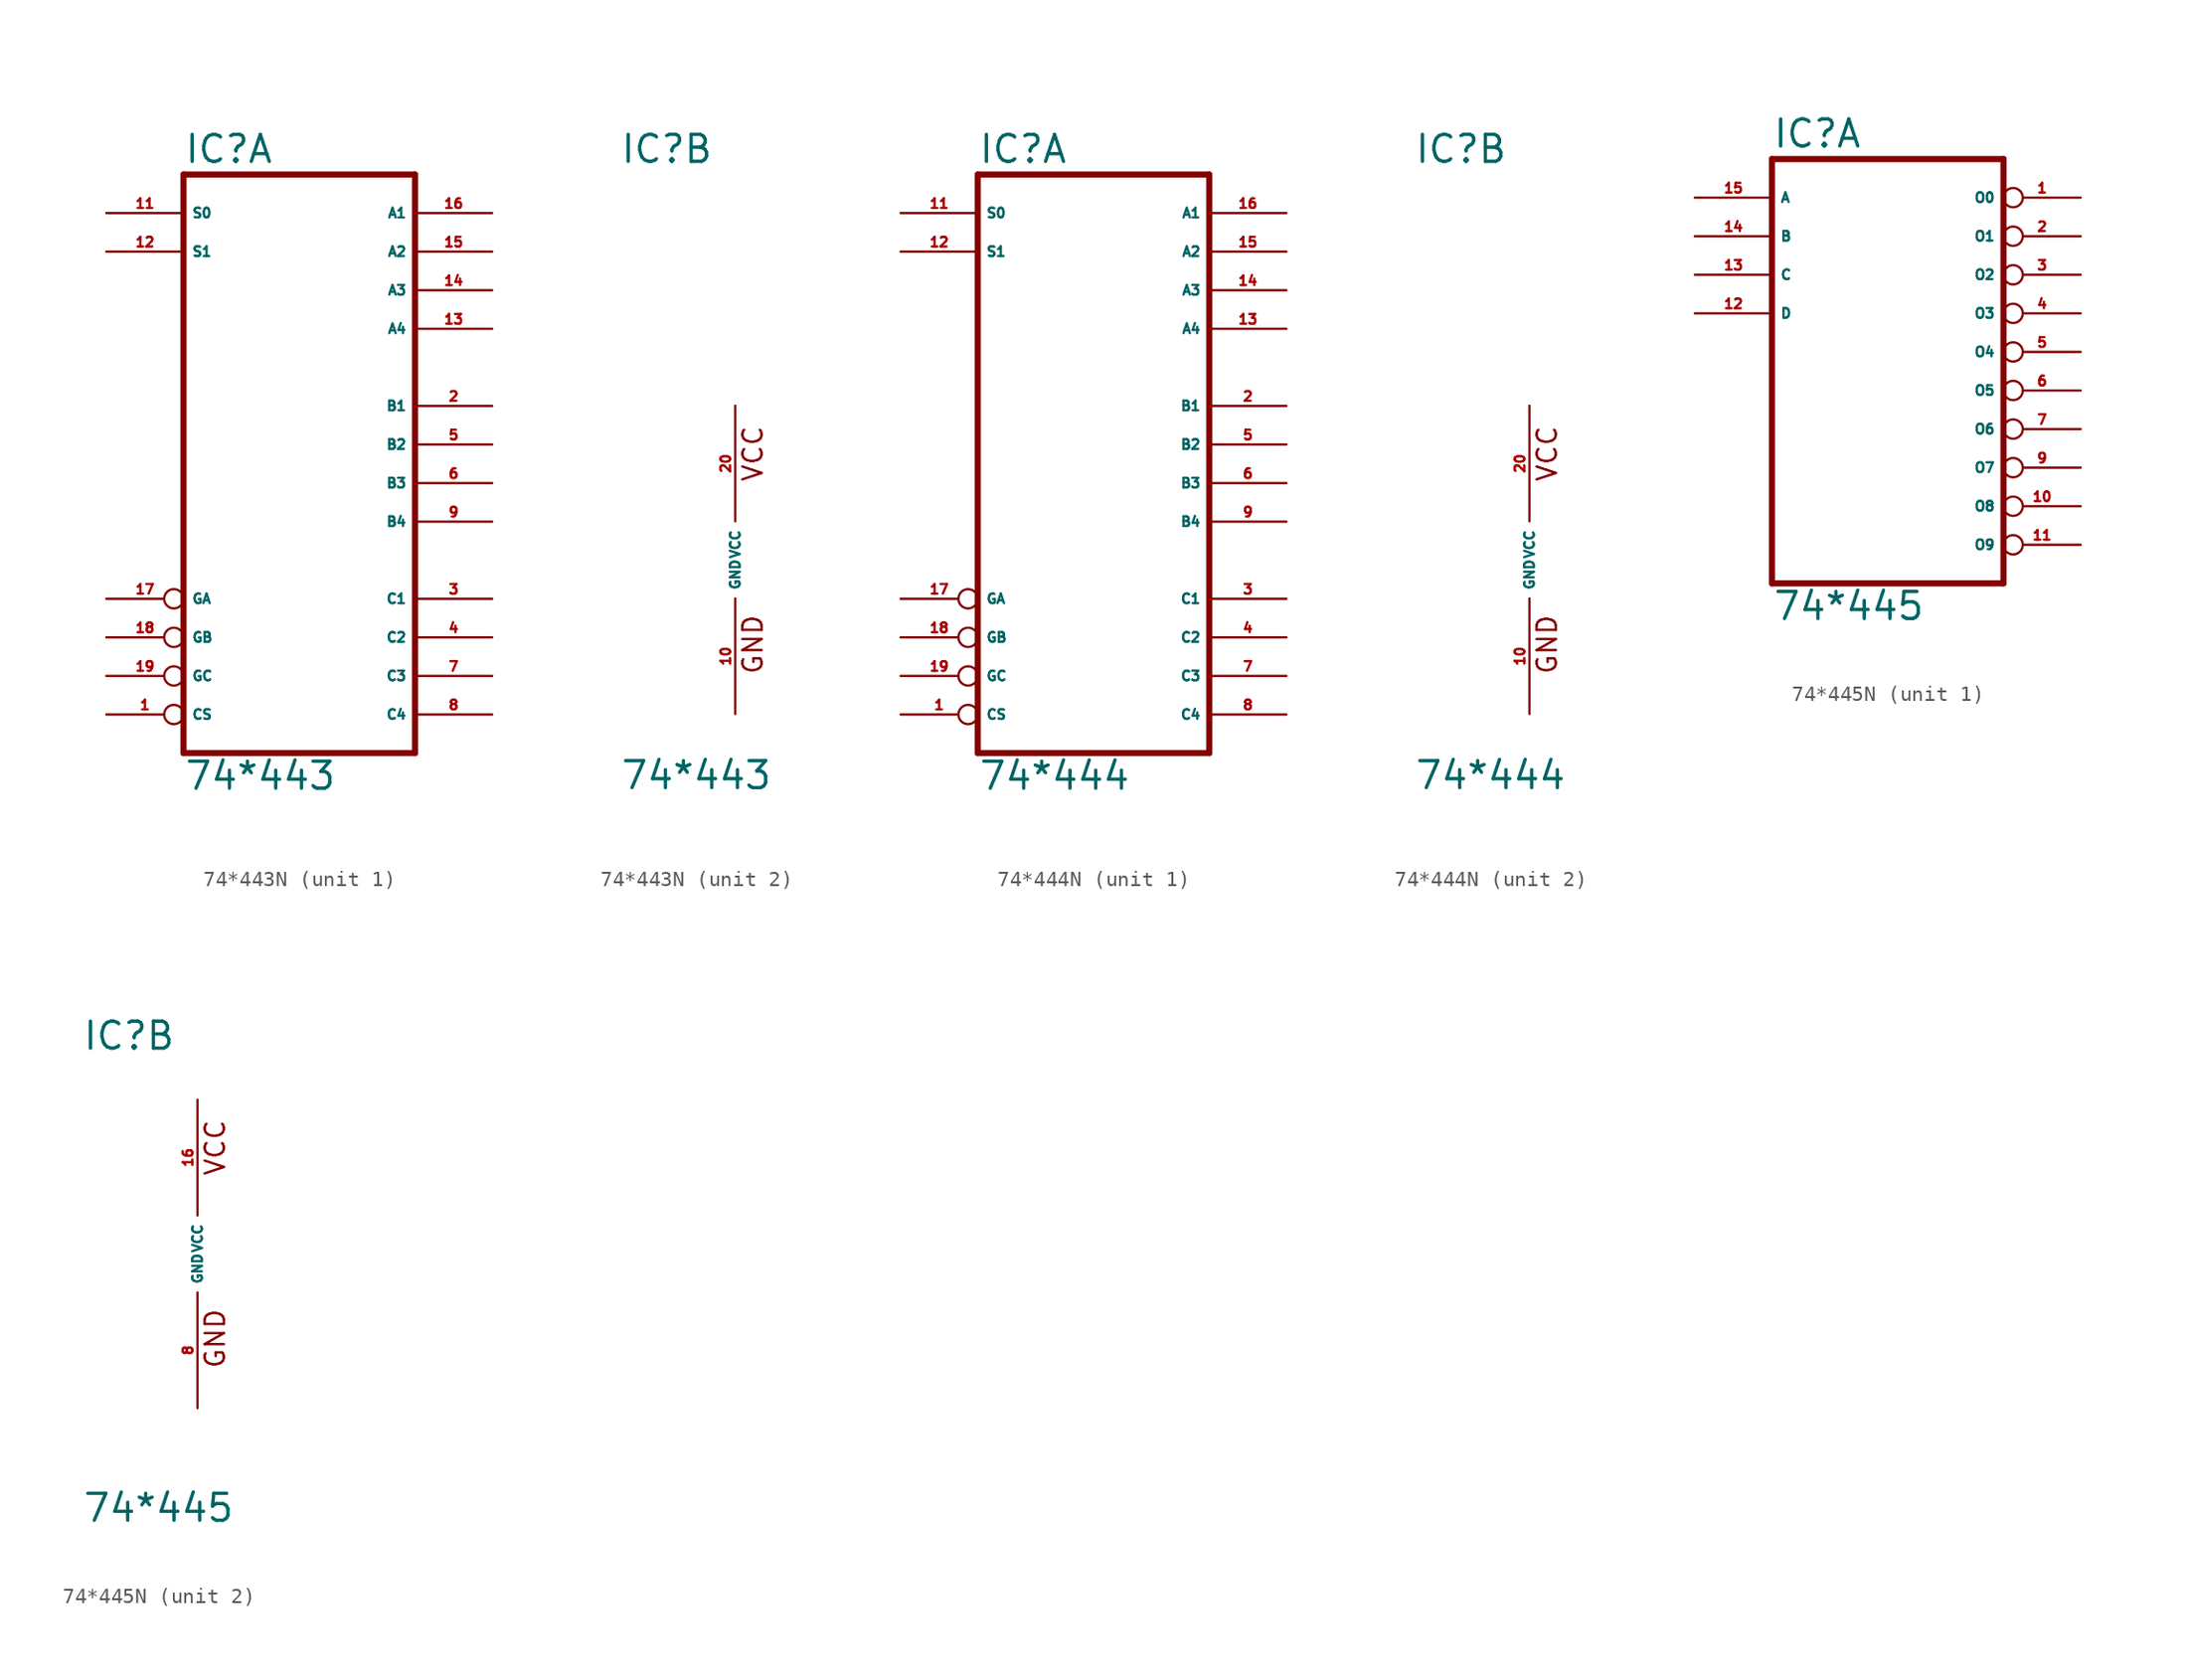
<source format=kicad_sym>
(kicad_symbol_lib
  (version 20220914)
  (generator Eagle2Kicad)
  (symbol "74*443N"
    (property "Reference" "IC"
      (at -7.62 26.035 0)
      (effects (font (size 1.778 1.778) (thickness 0.22)) (justify left bottom)))
    (property "Value" "74*443"
      (at -7.62 -15.24 0)
      (effects (font (size 1.778 1.778) (thickness 0.22)) (justify left bottom)))
    (symbol "74*443N_1_0"
      (polyline (pts (xy -7.62 -12.7) (xy 7.62 -12.7)) (stroke (width 0.406) (type default)) (fill (type none)))
      (polyline (pts (xy 7.62 -12.7) (xy 7.62 25.4)) (stroke (width 0.406) (type default)) (fill (type none)))
      (polyline (pts (xy 7.62 25.4) (xy -7.62 25.4)) (stroke (width 0.406) (type default)) (fill (type none)))
      (polyline (pts (xy -7.62 25.4) (xy -7.62 -12.7)) (stroke (width 0.406) (type default)) (fill (type none)))
      (pin input inverted (at -12.7 -10.16 0) (length 5.08) (name "CS" (effects (font (size 0.635 0.635) (thickness 0.08)) (justify left bottom))) (number "1" (effects (font (size 0.635 0.635) (thickness 0.08)) (justify left bottom))))
      (pin bidirectional line (at 12.7 10.16 180) (length 5.08) (name "B1" (effects (font (size 0.635 0.635) (thickness 0.08)) (justify left bottom))) (number "2" (effects (font (size 0.635 0.635) (thickness 0.08)) (justify left bottom))))
      (pin bidirectional line (at 12.7 -2.54 180) (length 5.08) (name "C1" (effects (font (size 0.635 0.635) (thickness 0.08)) (justify left bottom))) (number "3" (effects (font (size 0.635 0.635) (thickness 0.08)) (justify left bottom))))
      (pin bidirectional line (at 12.7 -5.08 180) (length 5.08) (name "C2" (effects (font (size 0.635 0.635) (thickness 0.08)) (justify left bottom))) (number "4" (effects (font (size 0.635 0.635) (thickness 0.08)) (justify left bottom))))
      (pin bidirectional line (at 12.7 7.62 180) (length 5.08) (name "B2" (effects (font (size 0.635 0.635) (thickness 0.08)) (justify left bottom))) (number "5" (effects (font (size 0.635 0.635) (thickness 0.08)) (justify left bottom))))
      (pin bidirectional line (at 12.7 5.08 180) (length 5.08) (name "B3" (effects (font (size 0.635 0.635) (thickness 0.08)) (justify left bottom))) (number "6" (effects (font (size 0.635 0.635) (thickness 0.08)) (justify left bottom))))
      (pin bidirectional line (at 12.7 -7.62 180) (length 5.08) (name "C3" (effects (font (size 0.635 0.635) (thickness 0.08)) (justify left bottom))) (number "7" (effects (font (size 0.635 0.635) (thickness 0.08)) (justify left bottom))))
      (pin bidirectional line (at 12.7 -10.16 180) (length 5.08) (name "C4" (effects (font (size 0.635 0.635) (thickness 0.08)) (justify left bottom))) (number "8" (effects (font (size 0.635 0.635) (thickness 0.08)) (justify left bottom))))
      (pin bidirectional line (at 12.7 2.54 180) (length 5.08) (name "B4" (effects (font (size 0.635 0.635) (thickness 0.08)) (justify left bottom))) (number "9" (effects (font (size 0.635 0.635) (thickness 0.08)) (justify left bottom))))
      (pin input line (at -12.7 22.86 0) (length 5.08) (name "S0" (effects (font (size 0.635 0.635) (thickness 0.08)) (justify left bottom))) (number "11" (effects (font (size 0.635 0.635) (thickness 0.08)) (justify left bottom))))
      (pin input line (at -12.7 20.32 0) (length 5.08) (name "S1" (effects (font (size 0.635 0.635) (thickness 0.08)) (justify left bottom))) (number "12" (effects (font (size 0.635 0.635) (thickness 0.08)) (justify left bottom))))
      (pin bidirectional line (at 12.7 15.24 180) (length 5.08) (name "A4" (effects (font (size 0.635 0.635) (thickness 0.08)) (justify left bottom))) (number "13" (effects (font (size 0.635 0.635) (thickness 0.08)) (justify left bottom))))
      (pin bidirectional line (at 12.7 17.78 180) (length 5.08) (name "A3" (effects (font (size 0.635 0.635) (thickness 0.08)) (justify left bottom))) (number "14" (effects (font (size 0.635 0.635) (thickness 0.08)) (justify left bottom))))
      (pin bidirectional line (at 12.7 20.32 180) (length 5.08) (name "A2" (effects (font (size 0.635 0.635) (thickness 0.08)) (justify left bottom))) (number "15" (effects (font (size 0.635 0.635) (thickness 0.08)) (justify left bottom))))
      (pin bidirectional line (at 12.7 22.86 180) (length 5.08) (name "A1" (effects (font (size 0.635 0.635) (thickness 0.08)) (justify left bottom))) (number "16" (effects (font (size 0.635 0.635) (thickness 0.08)) (justify left bottom))))
      (pin input inverted (at -12.7 -2.54 0) (length 5.08) (name "GA" (effects (font (size 0.635 0.635) (thickness 0.08)) (justify left bottom))) (number "17" (effects (font (size 0.635 0.635) (thickness 0.08)) (justify left bottom))))
      (pin input inverted (at -12.7 -5.08 0) (length 5.08) (name "GB" (effects (font (size 0.635 0.635) (thickness 0.08)) (justify left bottom))) (number "18" (effects (font (size 0.635 0.635) (thickness 0.08)) (justify left bottom))))
      (pin input inverted (at -12.7 -7.62 0) (length 5.08) (name "GC" (effects (font (size 0.635 0.635) (thickness 0.08)) (justify left bottom))) (number "19" (effects (font (size 0.635 0.635) (thickness 0.08)) (justify left bottom)))))
    (symbol "74*443N_2_0"
      (text "GND" (at 1.905 -7.62 900) (effects (font (size 1.27 1.27) (thickness 0.16)) (justify left bottom)))
      (text "VCC" (at 1.905 5.08 900) (effects (font (size 1.27 1.27) (thickness 0.16)) (justify left bottom)))
      (pin unspecified line (at 0 -10.16 90) (length 7.62) (name "GND" (effects (font (size 0.635 0.635) (thickness 0.08)) (justify left bottom))) (number "10" (effects (font (size 0.635 0.635) (thickness 0.08)) (justify left bottom))))
      (pin unspecified line (at 0 10.16 270) (length 7.62) (name "VCC" (effects (font (size 0.635 0.635) (thickness 0.08)) (justify left bottom))) (number "20" (effects (font (size 0.635 0.635) (thickness 0.08)) (justify left bottom))))))
  (symbol "74*444N"
    (property "Reference" "IC"
      (at -7.62 26.035 0)
      (effects (font (size 1.778 1.778) (thickness 0.22)) (justify left bottom)))
    (property "Value" "74*444"
      (at -7.62 -15.24 0)
      (effects (font (size 1.778 1.778) (thickness 0.22)) (justify left bottom)))
    (symbol "74*444N_1_0"
      (polyline (pts (xy -7.62 -12.7) (xy 7.62 -12.7)) (stroke (width 0.406) (type default)) (fill (type none)))
      (polyline (pts (xy 7.62 -12.7) (xy 7.62 25.4)) (stroke (width 0.406) (type default)) (fill (type none)))
      (polyline (pts (xy 7.62 25.4) (xy -7.62 25.4)) (stroke (width 0.406) (type default)) (fill (type none)))
      (polyline (pts (xy -7.62 25.4) (xy -7.62 -12.7)) (stroke (width 0.406) (type default)) (fill (type none)))
      (pin input inverted (at -12.7 -10.16 0) (length 5.08) (name "CS" (effects (font (size 0.635 0.635) (thickness 0.08)) (justify left bottom))) (number "1" (effects (font (size 0.635 0.635) (thickness 0.08)) (justify left bottom))))
      (pin bidirectional line (at 12.7 10.16 180) (length 5.08) (name "B1" (effects (font (size 0.635 0.635) (thickness 0.08)) (justify left bottom))) (number "2" (effects (font (size 0.635 0.635) (thickness 0.08)) (justify left bottom))))
      (pin bidirectional line (at 12.7 -2.54 180) (length 5.08) (name "C1" (effects (font (size 0.635 0.635) (thickness 0.08)) (justify left bottom))) (number "3" (effects (font (size 0.635 0.635) (thickness 0.08)) (justify left bottom))))
      (pin bidirectional line (at 12.7 -5.08 180) (length 5.08) (name "C2" (effects (font (size 0.635 0.635) (thickness 0.08)) (justify left bottom))) (number "4" (effects (font (size 0.635 0.635) (thickness 0.08)) (justify left bottom))))
      (pin bidirectional line (at 12.7 7.62 180) (length 5.08) (name "B2" (effects (font (size 0.635 0.635) (thickness 0.08)) (justify left bottom))) (number "5" (effects (font (size 0.635 0.635) (thickness 0.08)) (justify left bottom))))
      (pin bidirectional line (at 12.7 5.08 180) (length 5.08) (name "B3" (effects (font (size 0.635 0.635) (thickness 0.08)) (justify left bottom))) (number "6" (effects (font (size 0.635 0.635) (thickness 0.08)) (justify left bottom))))
      (pin bidirectional line (at 12.7 -7.62 180) (length 5.08) (name "C3" (effects (font (size 0.635 0.635) (thickness 0.08)) (justify left bottom))) (number "7" (effects (font (size 0.635 0.635) (thickness 0.08)) (justify left bottom))))
      (pin bidirectional line (at 12.7 -10.16 180) (length 5.08) (name "C4" (effects (font (size 0.635 0.635) (thickness 0.08)) (justify left bottom))) (number "8" (effects (font (size 0.635 0.635) (thickness 0.08)) (justify left bottom))))
      (pin bidirectional line (at 12.7 2.54 180) (length 5.08) (name "B4" (effects (font (size 0.635 0.635) (thickness 0.08)) (justify left bottom))) (number "9" (effects (font (size 0.635 0.635) (thickness 0.08)) (justify left bottom))))
      (pin input line (at -12.7 22.86 0) (length 5.08) (name "S0" (effects (font (size 0.635 0.635) (thickness 0.08)) (justify left bottom))) (number "11" (effects (font (size 0.635 0.635) (thickness 0.08)) (justify left bottom))))
      (pin input line (at -12.7 20.32 0) (length 5.08) (name "S1" (effects (font (size 0.635 0.635) (thickness 0.08)) (justify left bottom))) (number "12" (effects (font (size 0.635 0.635) (thickness 0.08)) (justify left bottom))))
      (pin bidirectional line (at 12.7 15.24 180) (length 5.08) (name "A4" (effects (font (size 0.635 0.635) (thickness 0.08)) (justify left bottom))) (number "13" (effects (font (size 0.635 0.635) (thickness 0.08)) (justify left bottom))))
      (pin bidirectional line (at 12.7 17.78 180) (length 5.08) (name "A3" (effects (font (size 0.635 0.635) (thickness 0.08)) (justify left bottom))) (number "14" (effects (font (size 0.635 0.635) (thickness 0.08)) (justify left bottom))))
      (pin bidirectional line (at 12.7 20.32 180) (length 5.08) (name "A2" (effects (font (size 0.635 0.635) (thickness 0.08)) (justify left bottom))) (number "15" (effects (font (size 0.635 0.635) (thickness 0.08)) (justify left bottom))))
      (pin bidirectional line (at 12.7 22.86 180) (length 5.08) (name "A1" (effects (font (size 0.635 0.635) (thickness 0.08)) (justify left bottom))) (number "16" (effects (font (size 0.635 0.635) (thickness 0.08)) (justify left bottom))))
      (pin input inverted (at -12.7 -2.54 0) (length 5.08) (name "GA" (effects (font (size 0.635 0.635) (thickness 0.08)) (justify left bottom))) (number "17" (effects (font (size 0.635 0.635) (thickness 0.08)) (justify left bottom))))
      (pin input inverted (at -12.7 -5.08 0) (length 5.08) (name "GB" (effects (font (size 0.635 0.635) (thickness 0.08)) (justify left bottom))) (number "18" (effects (font (size 0.635 0.635) (thickness 0.08)) (justify left bottom))))
      (pin input inverted (at -12.7 -7.62 0) (length 5.08) (name "GC" (effects (font (size 0.635 0.635) (thickness 0.08)) (justify left bottom))) (number "19" (effects (font (size 0.635 0.635) (thickness 0.08)) (justify left bottom)))))
    (symbol "74*444N_2_0"
      (text "GND" (at 1.905 -7.62 900) (effects (font (size 1.27 1.27) (thickness 0.16)) (justify left bottom)))
      (text "VCC" (at 1.905 5.08 900) (effects (font (size 1.27 1.27) (thickness 0.16)) (justify left bottom)))
      (pin unspecified line (at 0 -10.16 90) (length 7.62) (name "GND" (effects (font (size 0.635 0.635) (thickness 0.08)) (justify left bottom))) (number "10" (effects (font (size 0.635 0.635) (thickness 0.08)) (justify left bottom))))
      (pin unspecified line (at 0 10.16 270) (length 7.62) (name "VCC" (effects (font (size 0.635 0.635) (thickness 0.08)) (justify left bottom))) (number "20" (effects (font (size 0.635 0.635) (thickness 0.08)) (justify left bottom))))))
  (symbol "74*445N"
    (property "Reference" "IC"
      (at -7.62 13.335 0)
      (effects (font (size 1.778 1.778) (thickness 0.22)) (justify left bottom)))
    (property "Value" "74*445"
      (at -7.62 -17.78 0)
      (effects (font (size 1.778 1.778) (thickness 0.22)) (justify left bottom)))
    (symbol "74*445N_1_0"
      (polyline (pts (xy -7.62 -15.24) (xy 7.62 -15.24)) (stroke (width 0.406) (type default)) (fill (type none)))
      (polyline (pts (xy 7.62 -15.24) (xy 7.62 12.7)) (stroke (width 0.406) (type default)) (fill (type none)))
      (polyline (pts (xy 7.62 12.7) (xy -7.62 12.7)) (stroke (width 0.406) (type default)) (fill (type none)))
      (polyline (pts (xy -7.62 12.7) (xy -7.62 -15.24)) (stroke (width 0.406) (type default)) (fill (type none)))
      (pin output inverted (at 12.7 10.16 180) (length 5.08) (name "O0" (effects (font (size 0.635 0.635) (thickness 0.08)) (justify left bottom))) (number "1" (effects (font (size 0.635 0.635) (thickness 0.08)) (justify left bottom))))
      (pin output inverted (at 12.7 7.62 180) (length 5.08) (name "O1" (effects (font (size 0.635 0.635) (thickness 0.08)) (justify left bottom))) (number "2" (effects (font (size 0.635 0.635) (thickness 0.08)) (justify left bottom))))
      (pin output inverted (at 12.7 5.08 180) (length 5.08) (name "O2" (effects (font (size 0.635 0.635) (thickness 0.08)) (justify left bottom))) (number "3" (effects (font (size 0.635 0.635) (thickness 0.08)) (justify left bottom))))
      (pin output inverted (at 12.7 2.54 180) (length 5.08) (name "O3" (effects (font (size 0.635 0.635) (thickness 0.08)) (justify left bottom))) (number "4" (effects (font (size 0.635 0.635) (thickness 0.08)) (justify left bottom))))
      (pin output inverted (at 12.7 0 180) (length 5.08) (name "O4" (effects (font (size 0.635 0.635) (thickness 0.08)) (justify left bottom))) (number "5" (effects (font (size 0.635 0.635) (thickness 0.08)) (justify left bottom))))
      (pin output inverted (at 12.7 -2.54 180) (length 5.08) (name "O5" (effects (font (size 0.635 0.635) (thickness 0.08)) (justify left bottom))) (number "6" (effects (font (size 0.635 0.635) (thickness 0.08)) (justify left bottom))))
      (pin output inverted (at 12.7 -5.08 180) (length 5.08) (name "O6" (effects (font (size 0.635 0.635) (thickness 0.08)) (justify left bottom))) (number "7" (effects (font (size 0.635 0.635) (thickness 0.08)) (justify left bottom))))
      (pin output inverted (at 12.7 -7.62 180) (length 5.08) (name "O7" (effects (font (size 0.635 0.635) (thickness 0.08)) (justify left bottom))) (number "9" (effects (font (size 0.635 0.635) (thickness 0.08)) (justify left bottom))))
      (pin output inverted (at 12.7 -10.16 180) (length 5.08) (name "O8" (effects (font (size 0.635 0.635) (thickness 0.08)) (justify left bottom))) (number "10" (effects (font (size 0.635 0.635) (thickness 0.08)) (justify left bottom))))
      (pin output inverted (at 12.7 -12.7 180) (length 5.08) (name "O9" (effects (font (size 0.635 0.635) (thickness 0.08)) (justify left bottom))) (number "11" (effects (font (size 0.635 0.635) (thickness 0.08)) (justify left bottom))))
      (pin input line (at -12.7 2.54 0) (length 5.08) (name "D" (effects (font (size 0.635 0.635) (thickness 0.08)) (justify left bottom))) (number "12" (effects (font (size 0.635 0.635) (thickness 0.08)) (justify left bottom))))
      (pin input line (at -12.7 5.08 0) (length 5.08) (name "C" (effects (font (size 0.635 0.635) (thickness 0.08)) (justify left bottom))) (number "13" (effects (font (size 0.635 0.635) (thickness 0.08)) (justify left bottom))))
      (pin input line (at -12.7 7.62 0) (length 5.08) (name "B" (effects (font (size 0.635 0.635) (thickness 0.08)) (justify left bottom))) (number "14" (effects (font (size 0.635 0.635) (thickness 0.08)) (justify left bottom))))
      (pin input line (at -12.7 10.16 0) (length 5.08) (name "A" (effects (font (size 0.635 0.635) (thickness 0.08)) (justify left bottom))) (number "15" (effects (font (size 0.635 0.635) (thickness 0.08)) (justify left bottom)))))
    (symbol "74*445N_2_0"
      (text "GND" (at 1.905 -7.62 900) (effects (font (size 1.27 1.27) (thickness 0.16)) (justify left bottom)))
      (text "VCC" (at 1.905 5.08 900) (effects (font (size 1.27 1.27) (thickness 0.16)) (justify left bottom)))
      (pin unspecified line (at 0 -10.16 90) (length 7.62) (name "GND" (effects (font (size 0.635 0.635) (thickness 0.08)) (justify left bottom))) (number "8" (effects (font (size 0.635 0.635) (thickness 0.08)) (justify left bottom))))
      (pin unspecified line (at 0 10.16 270) (length 7.62) (name "VCC" (effects (font (size 0.635 0.635) (thickness 0.08)) (justify left bottom))) (number "16" (effects (font (size 0.635 0.635) (thickness 0.08)) (justify left bottom)))))))
</source>
